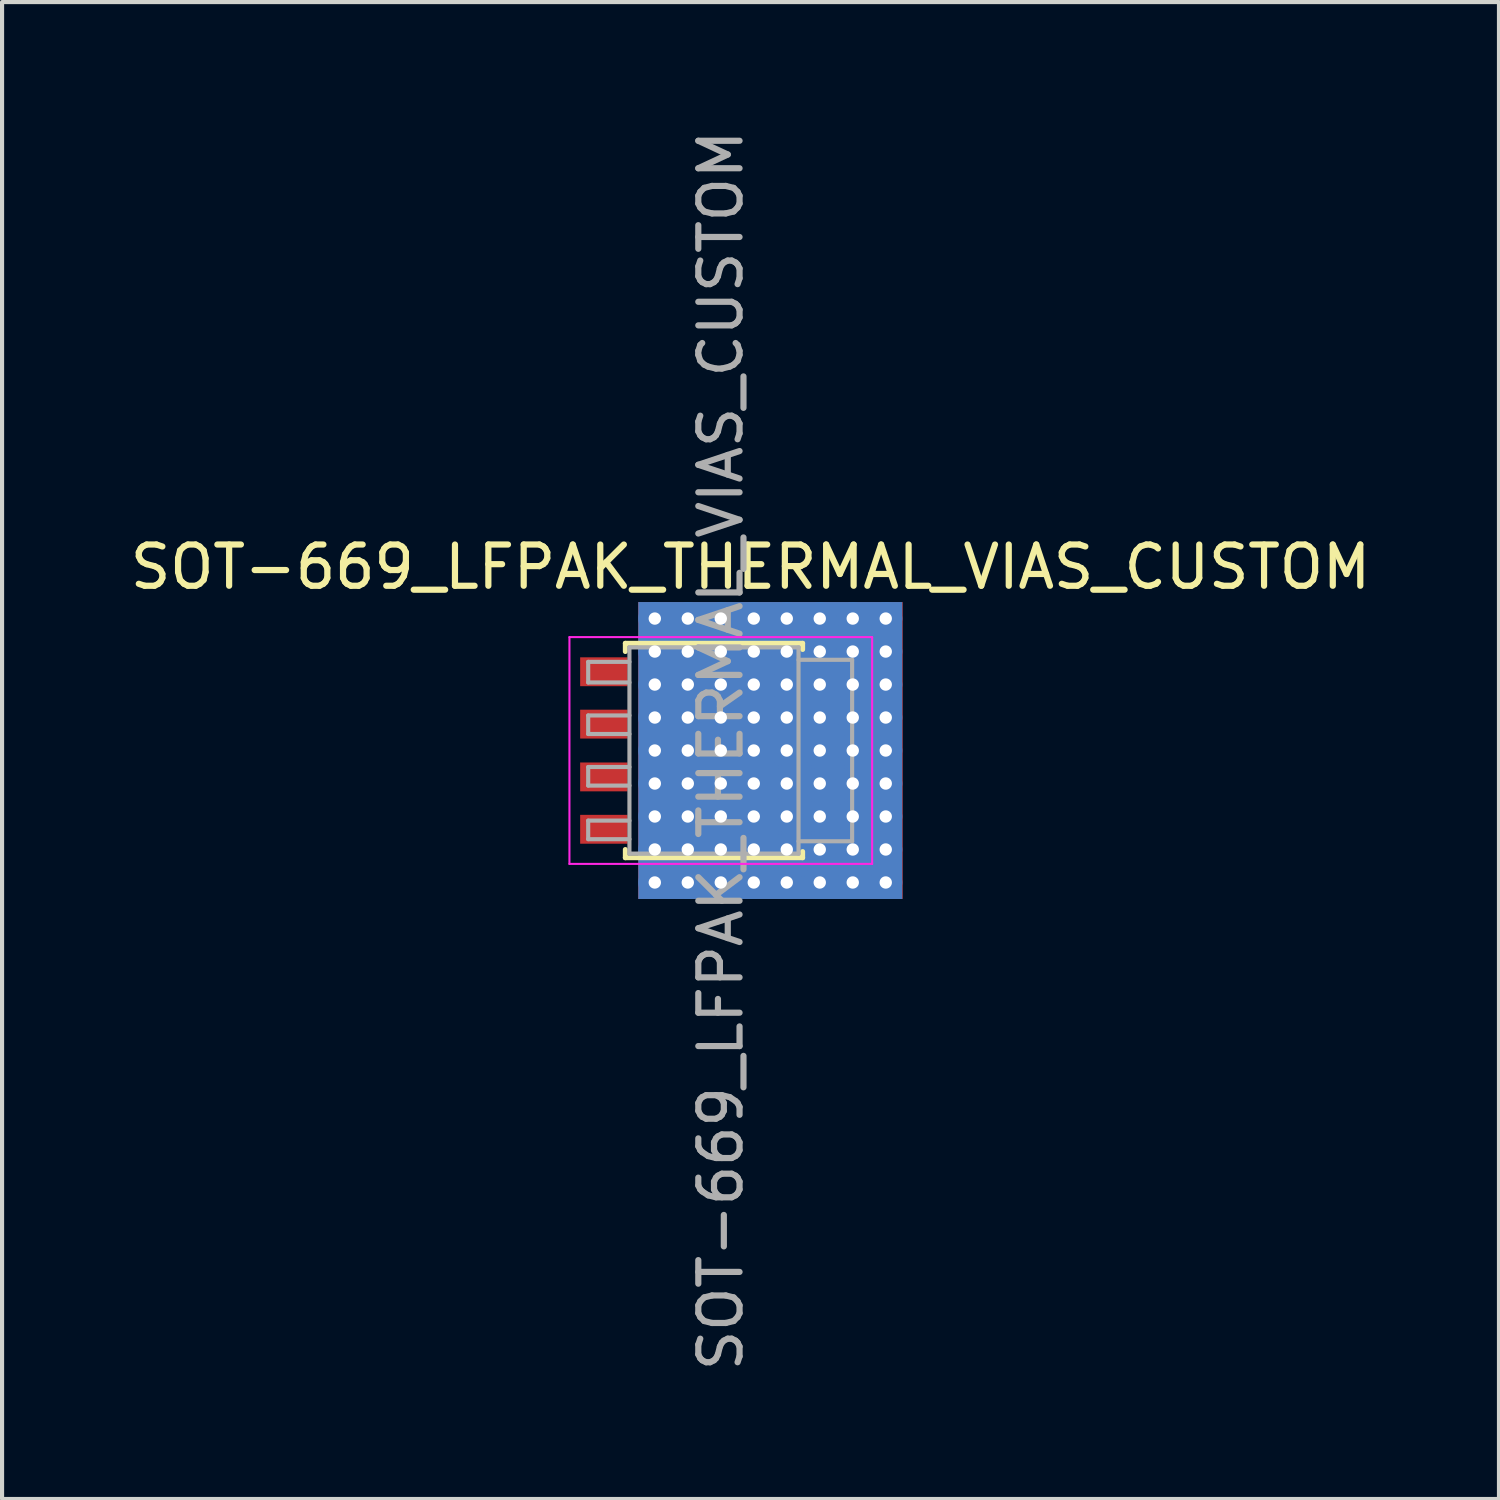
<source format=kicad_pcb>
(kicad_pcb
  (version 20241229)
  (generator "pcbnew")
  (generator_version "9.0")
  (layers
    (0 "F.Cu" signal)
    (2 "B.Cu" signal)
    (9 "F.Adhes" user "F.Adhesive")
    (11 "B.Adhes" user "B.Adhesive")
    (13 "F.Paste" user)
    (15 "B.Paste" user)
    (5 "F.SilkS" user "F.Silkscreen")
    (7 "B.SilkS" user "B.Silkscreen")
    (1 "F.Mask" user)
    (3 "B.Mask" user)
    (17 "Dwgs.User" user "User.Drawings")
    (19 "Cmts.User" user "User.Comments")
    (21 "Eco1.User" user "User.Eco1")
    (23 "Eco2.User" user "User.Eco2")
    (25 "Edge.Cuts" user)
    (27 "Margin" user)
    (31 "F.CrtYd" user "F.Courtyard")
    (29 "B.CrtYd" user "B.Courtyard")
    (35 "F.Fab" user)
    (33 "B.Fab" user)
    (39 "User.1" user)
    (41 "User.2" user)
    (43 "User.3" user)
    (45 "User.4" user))
  (footprint "SOT-669_LFPAK_THERMAL_VIAS_CUSTOM"
    (layer "F.Cu")
    (at 14.428 15.149)
    (property "Reference" "SOT-669_LFPAK_THERMAL_VIAS_CUSTOM" (at 0.721 -4.45 0) (layer "F.SilkS") (effects (font (size 1 1) (thickness 0.15))))
    (attr smd)
    (fp_line (start -2.315 -2.6) (end -2.315 -2.4) (stroke (width 0.12) (type solid)) (layer "F.SilkS"))
    (fp_line (start -2.315 2.4) (end -2.315 2.6) (stroke (width 0.12) (type solid)) (layer "F.SilkS"))
    (fp_line (start -2.315 2.6) (end 1.985 2.6) (stroke (width 0.12) (type solid)) (layer "F.SilkS"))
    (fp_line (start 1.985 -2.6) (end -2.315 -2.6) (stroke (width 0.12) (type solid)) (layer "F.SilkS"))
    (fp_line (start 1.985 -2.45) (end 1.985 -2.6) (stroke (width 0.12) (type solid)) (layer "F.SilkS"))
    (fp_line (start 1.985 2.6) (end 1.985 2.45) (stroke (width 0.12) (type solid)) (layer "F.SilkS"))
    (fp_line (start -3.67 2.75) (end -3.67 -2.75) (stroke (width 0.05) (type solid)) (layer "F.CrtYd"))
    (fp_line (start -3.67 2.75) (end 3.67 2.75) (stroke (width 0.05) (type solid)) (layer "F.CrtYd"))
    (fp_line (start 3.67 -2.75) (end -3.67 -2.75) (stroke (width 0.05) (type solid)) (layer "F.CrtYd"))
    (fp_line (start 3.67 -2.75) (end 3.67 2.75) (stroke (width 0.05) (type solid)) (layer "F.CrtYd"))
    (fp_line (start -3.215 -2.15) (end -3.215 -1.65) (stroke (width 0.1) (type solid)) (layer "F.Fab"))
    (fp_line (start -3.215 -2.15) (end -2.215 -2.15) (stroke (width 0.1) (type solid)) (layer "F.Fab"))
    (fp_line (start -3.215 -1.65) (end -2.215 -1.65) (stroke (width 0.1) (type solid)) (layer "F.Fab"))
    (fp_line (start -3.215 -0.85) (end -3.215 -0.4) (stroke (width 0.1) (type solid)) (layer "F.Fab"))
    (fp_line (start -3.215 -0.4) (end -2.215 -0.4) (stroke (width 0.1) (type solid)) (layer "F.Fab"))
    (fp_line (start -3.215 0.4) (end -3.215 0.85) (stroke (width 0.1) (type solid)) (layer "F.Fab"))
    (fp_line (start -3.215 0.85) (end -2.215 0.85) (stroke (width 0.1) (type solid)) (layer "F.Fab"))
    (fp_line (start -3.215 1.7) (end -3.215 2.15) (stroke (width 0.1) (type solid)) (layer "F.Fab"))
    (fp_line (start -3.215 2.15) (end -2.215 2.15) (stroke (width 0.1) (type solid)) (layer "F.Fab"))
    (fp_line (start -2.215 -2.5) (end -2.215 2.5) (stroke (width 0.1) (type solid)) (layer "F.Fab"))
    (fp_line (start -2.215 -0.85) (end -3.215 -0.85) (stroke (width 0.1) (type solid)) (layer "F.Fab"))
    (fp_line (start -2.215 0.4) (end -3.215 0.4) (stroke (width 0.1) (type solid)) (layer "F.Fab"))
    (fp_line (start -2.215 1.7) (end -3.215 1.7) (stroke (width 0.1) (type solid)) (layer "F.Fab"))
    (fp_line (start -2.215 2.5) (end 1.885 2.5) (stroke (width 0.1) (type solid)) (layer "F.Fab"))
    (fp_line (start 1.885 -2.5) (end -2.215 -2.5) (stroke (width 0.1) (type solid)) (layer "F.Fab"))
    (fp_line (start 1.885 2.5) (end 1.885 -2.5) (stroke (width 0.1) (type solid)) (layer "F.Fab"))
    (fp_line (start 3.185 -2.2) (end 1.885 -2.2) (stroke (width 0.1) (type solid)) (layer "F.Fab"))
    (fp_line (start 3.185 -2.2) (end 3.185 2.2) (stroke (width 0.1) (type solid)) (layer "F.Fab"))
    (fp_line (start 3.185 2.2) (end 1.885 2.2) (stroke (width 0.1) (type solid)) (layer "F.Fab"))
    (fp_text user "${REFERENCE}" (at 0 0 90) (layer "F.Fab") (effects (font (size 1 1) (thickness 0.15))))
    (pad "1" smd rect (at -2.835 -1.91 270) (size 0.7 1.15) (layers "F.Cu" "F.Mask" "F.Paste"))
    (pad "2" smd rect (at -2.835 -0.64 270) (size 0.7 1.15) (layers "F.Cu" "F.Mask" "F.Paste"))
    (pad "3" smd rect (at -2.835 0.64 270) (size 0.7 1.15) (layers "F.Cu" "F.Mask" "F.Paste"))
    (pad "4" smd rect (at -2.835 1.91 270) (size 0.7 1.15) (layers "F.Cu" "F.Mask" "F.Paste"))
    (pad "5" thru_hole circle (at -1.6 -3.2) (size 0.8 0.8) (drill 0.3) (layers "*.Cu" "*.Mask"))
    (pad "5" thru_hole circle (at -1.6 -2.4) (size 0.8 0.8) (drill 0.3) (layers "*.Cu" "*.Mask"))
    (pad "5" thru_hole circle (at -1.6 -1.6) (size 0.8 0.8) (drill 0.3) (layers "*.Cu" "*.Mask"))
    (pad "5" thru_hole circle (at -1.6 -0.8) (size 0.8 0.8) (drill 0.3) (layers "*.Cu" "*.Mask"))
    (pad "5" thru_hole circle (at -1.6 0) (size 0.8 0.8) (drill 0.3) (layers "*.Cu" "*.Mask"))
    (pad "5" thru_hole circle (at -1.6 0.8) (size 0.8 0.8) (drill 0.3) (layers "*.Cu" "*.Mask"))
    (pad "5" thru_hole circle (at -1.6 1.6) (size 0.8 0.8) (drill 0.3) (layers "*.Cu" "*.Mask"))
    (pad "5" thru_hole circle (at -1.6 2.4) (size 0.8 0.8) (drill 0.3) (layers "*.Cu" "*.Mask"))
    (pad "5" thru_hole circle (at -1.6 3.2) (size 0.8 0.8) (drill 0.3) (layers "*.Cu" "*.Mask"))
    (pad "5" thru_hole circle (at -0.8 -3.2) (size 0.8 0.8) (drill 0.3) (layers "*.Cu" "*.Mask"))
    (pad "5" thru_hole circle (at -0.8 -2.4) (size 0.8 0.8) (drill 0.3) (layers "*.Cu" "*.Mask"))
    (pad "5" thru_hole circle (at -0.8 -1.6) (size 0.8 0.8) (drill 0.3) (layers "*.Cu" "*.Mask"))
    (pad "5" thru_hole circle (at -0.8 -0.8) (size 0.8 0.8) (drill 0.3) (layers "*.Cu" "*.Mask"))
    (pad "5" thru_hole circle (at -0.8 0) (size 0.8 0.8) (drill 0.3) (layers "*.Cu" "*.Mask"))
    (pad "5" thru_hole circle (at -0.8 0.8) (size 0.8 0.8) (drill 0.3) (layers "*.Cu" "*.Mask"))
    (pad "5" thru_hole circle (at -0.8 1.6) (size 0.8 0.8) (drill 0.3) (layers "*.Cu" "*.Mask"))
    (pad "5" thru_hole circle (at -0.8 2.4) (size 0.8 0.8) (drill 0.3) (layers "*.Cu" "*.Mask"))
    (pad "5" thru_hole circle (at -0.8 3.2) (size 0.8 0.8) (drill 0.3) (layers "*.Cu" "*.Mask"))
    (pad "5" smd rect (at -0.665 -1.15) (size 0.6 0.9) (layers "F.Cu" "F.Mask" "F.Paste"))
    (pad "5" smd rect (at -0.665 0) (size 0.6 0.9) (layers "F.Cu" "F.Mask" "F.Paste"))
    (pad "5" smd rect (at -0.665 1.15) (size 0.6 0.9) (layers "F.Cu" "F.Mask" "F.Paste"))
    (pad "5" thru_hole circle (at 0 -3.2) (size 0.8 0.8) (drill 0.3) (layers "*.Cu" "*.Mask"))
    (pad "5" thru_hole circle (at 0 -2.4) (size 0.8 0.8) (drill 0.3) (layers "*.Cu" "*.Mask"))
    (pad "5" thru_hole circle (at 0 -1.6) (size 0.8 0.8) (drill 0.3) (layers "*.Cu" "*.Mask"))
    (pad "5" thru_hole circle (at 0 -0.8) (size 0.8 0.8) (drill 0.3) (layers "*.Cu" "*.Mask"))
    (pad "5" thru_hole circle (at 0 0) (size 0.8 0.8) (drill 0.3) (layers "*.Cu" "*.Mask"))
    (pad "5" thru_hole circle (at 0 0.8) (size 0.8 0.8) (drill 0.3) (layers "*.Cu" "*.Mask"))
    (pad "5" thru_hole circle (at 0 1.6) (size 0.8 0.8) (drill 0.3) (layers "*.Cu" "*.Mask"))
    (pad "5" thru_hole circle (at 0 2.4) (size 0.8 0.8) (drill 0.3) (layers "*.Cu" "*.Mask"))
    (pad "5" thru_hole circle (at 0 3.2) (size 0.8 0.8) (drill 0.3) (layers "*.Cu" "*.Mask"))
    (pad "5" smd rect (at 0.185 -1.15) (size 0.6 0.9) (layers "F.Cu" "F.Mask" "F.Paste"))
    (pad "5" smd rect (at 0.185 0) (size 0.6 0.9) (layers "F.Cu" "F.Mask" "F.Paste"))
    (pad "5" smd rect (at 0.185 1.15) (size 0.6 0.9) (layers "F.Cu" "F.Mask" "F.Paste"))
    (pad "5" smd rect (at 0.435 0 270) (size 7.2 4.875) (layers "F.Cu" "F.Mask" "F.Paste"))
    (pad "5" thru_hole circle (at 0.8 -3.2) (size 0.8 0.8) (drill 0.3) (layers "*.Cu" "*.Mask"))
    (pad "5" thru_hole circle (at 0.8 -2.4) (size 0.8 0.8) (drill 0.3) (layers "*.Cu" "*.Mask"))
    (pad "5" thru_hole circle (at 0.8 -1.6) (size 0.8 0.8) (drill 0.3) (layers "*.Cu" "*.Mask"))
    (pad "5" thru_hole circle (at 0.8 -0.8) (size 0.8 0.8) (drill 0.3) (layers "*.Cu" "*.Mask"))
    (pad "5" thru_hole circle (at 0.8 0) (size 0.8 0.8) (drill 0.3) (layers "*.Cu" "*.Mask"))
    (pad "5" thru_hole circle (at 0.8 0.8) (size 0.8 0.8) (drill 0.3) (layers "*.Cu" "*.Mask"))
    (pad "5" thru_hole circle (at 0.8 1.6) (size 0.8 0.8) (drill 0.3) (layers "*.Cu" "*.Mask"))
    (pad "5" thru_hole circle (at 0.8 2.4) (size 0.8 0.8) (drill 0.3) (layers "*.Cu" "*.Mask"))
    (pad "5" thru_hole circle (at 0.8 3.2) (size 0.8 0.8) (drill 0.3) (layers "*.Cu" "*.Mask"))
    (pad "5" smd rect (at 1.035 -1.15) (size 0.6 0.9) (layers "F.Cu" "F.Mask" "F.Paste"))
    (pad "5" smd rect (at 1.035 0) (size 0.6 0.9) (layers "F.Cu" "F.Mask" "F.Paste"))
    (pad "5" smd rect (at 1.035 1.15) (size 0.6 0.9) (layers "F.Cu" "F.Mask" "F.Paste"))
    (pad "5" smd rect (at 1.2 0 270) (size 7.2 6.4) (layers "B.Cu" "B.Mask" "B.Paste"))
    (pad "5" thru_hole circle (at 1.6 -3.2) (size 0.8 0.8) (drill 0.3) (layers "*.Cu" "*.Mask"))
    (pad "5" thru_hole circle (at 1.6 -2.4) (size 0.8 0.8) (drill 0.3) (layers "*.Cu" "*.Mask"))
    (pad "5" thru_hole circle (at 1.6 -1.6) (size 0.8 0.8) (drill 0.3) (layers "*.Cu" "*.Mask"))
    (pad "5" thru_hole circle (at 1.6 -0.8) (size 0.8 0.8) (drill 0.3) (layers "*.Cu" "*.Mask"))
    (pad "5" thru_hole circle (at 1.6 0) (size 0.8 0.8) (drill 0.3) (layers "*.Cu" "*.Mask"))
    (pad "5" thru_hole circle (at 1.6 0.8) (size 0.8 0.8) (drill 0.3) (layers "*.Cu" "*.Mask"))
    (pad "5" thru_hole circle (at 1.6 1.6) (size 0.8 0.8) (drill 0.3) (layers "*.Cu" "*.Mask"))
    (pad "5" thru_hole circle (at 1.6 2.4) (size 0.8 0.8) (drill 0.3) (layers "*.Cu" "*.Mask"))
    (pad "5" thru_hole circle (at 1.6 3.2) (size 0.8 0.8) (drill 0.3) (layers "*.Cu" "*.Mask"))
    (pad "5" thru_hole circle (at 2.4 -3.2) (size 0.8 0.8) (drill 0.3) (layers "*.Cu" "*.Mask"))
    (pad "5" thru_hole circle (at 2.4 -2.4) (size 0.8 0.8) (drill 0.3) (layers "*.Cu" "*.Mask"))
    (pad "5" thru_hole circle (at 2.4 -1.6) (size 0.8 0.8) (drill 0.3) (layers "*.Cu" "*.Mask"))
    (pad "5" thru_hole circle (at 2.4 -0.8) (size 0.8 0.8) (drill 0.3) (layers "*.Cu" "*.Mask"))
    (pad "5" thru_hole circle (at 2.4 0) (size 0.8 0.8) (drill 0.3) (layers "*.Cu" "*.Mask"))
    (pad "5" thru_hole circle (at 2.4 0.8) (size 0.8 0.8) (drill 0.3) (layers "*.Cu" "*.Mask"))
    (pad "5" thru_hole circle (at 2.4 1.6) (size 0.8 0.8) (drill 0.3) (layers "*.Cu" "*.Mask"))
    (pad "5" thru_hole circle (at 2.4 2.4) (size 0.8 0.8) (drill 0.3) (layers "*.Cu" "*.Mask"))
    (pad "5" thru_hole circle (at 2.4 3.2) (size 0.8 0.8) (drill 0.3) (layers "*.Cu" "*.Mask"))
    (pad "5" smd rect (at 2.635 0 270) (size 7.2 3.55) (layers "F.Cu" "F.Mask" "F.Paste"))
    (pad "5" smd rect (at 2.885 -1.88 270) (size 1.5 0.9) (layers "F.Cu" "F.Mask" "F.Paste"))
    (pad "5" smd rect (at 2.885 -0.6 270) (size 0.6 0.9) (layers "F.Cu" "F.Mask" "F.Paste"))
    (pad "5" smd rect (at 2.885 0.6 270) (size 0.6 0.9) (layers "F.Cu" "F.Mask" "F.Paste"))
    (pad "5" smd rect (at 2.885 1.88 270) (size 0.6 0.9) (layers "F.Cu" "F.Mask" "F.Paste"))
    (pad "5" thru_hole circle (at 3.2 -3.2) (size 0.8 0.8) (drill 0.3) (layers "*.Cu" "*.Mask"))
    (pad "5" thru_hole circle (at 3.2 -2.4) (size 0.8 0.8) (drill 0.3) (layers "*.Cu" "*.Mask"))
    (pad "5" thru_hole circle (at 3.2 -1.6) (size 0.8 0.8) (drill 0.3) (layers "*.Cu" "*.Mask"))
    (pad "5" thru_hole circle (at 3.2 -0.8) (size 0.8 0.8) (drill 0.3) (layers "*.Cu" "*.Mask"))
    (pad "5" thru_hole circle (at 3.2 0) (size 0.8 0.8) (drill 0.3) (layers "*.Cu" "*.Mask"))
    (pad "5" thru_hole circle (at 3.2 0.8) (size 0.8 0.8) (drill 0.3) (layers "*.Cu" "*.Mask"))
    (pad "5" thru_hole circle (at 3.2 1.6) (size 0.8 0.8) (drill 0.3) (layers "*.Cu" "*.Mask"))
    (pad "5" thru_hole circle (at 3.2 2.4) (size 0.8 0.8) (drill 0.3) (layers "*.Cu" "*.Mask"))
    (pad "5" thru_hole circle (at 3.2 3.2) (size 0.8 0.8) (drill 0.3) (layers "*.Cu" "*.Mask"))
    (pad "5" thru_hole circle (at 4 -3.2) (size 0.8 0.8) (drill 0.3) (layers "*.Cu" "*.Mask"))
    (pad "5" thru_hole circle (at 4 -2.4) (size 0.8 0.8) (drill 0.3) (layers "*.Cu" "*.Mask"))
    (pad "5" thru_hole circle (at 4 -1.6) (size 0.8 0.8) (drill 0.3) (layers "*.Cu" "*.Mask"))
    (pad "5" thru_hole circle (at 4 -0.8) (size 0.8 0.8) (drill 0.3) (layers "*.Cu" "*.Mask"))
    (pad "5" thru_hole circle (at 4 0) (size 0.8 0.8) (drill 0.3) (layers "*.Cu" "*.Mask"))
    (pad "5" thru_hole circle (at 4 0.8) (size 0.8 0.8) (drill 0.3) (layers "*.Cu" "*.Mask"))
    (pad "5" thru_hole circle (at 4 1.6) (size 0.8 0.8) (drill 0.3) (layers "*.Cu" "*.Mask"))
    (pad "5" thru_hole circle (at 4 2.4) (size 0.8 0.8) (drill 0.3) (layers "*.Cu" "*.Mask"))
    (pad "5" thru_hole circle (at 4 3.2) (size 0.8 0.8) (drill 0.3) (layers "*.Cu" "*.Mask")))
  (gr_rect
    (start -3 -3)
    (end 33.298 33.298)
    (stroke (width 0.1) (type default))
    (fill no)
    (layer "Edge.Cuts")))
</source>
